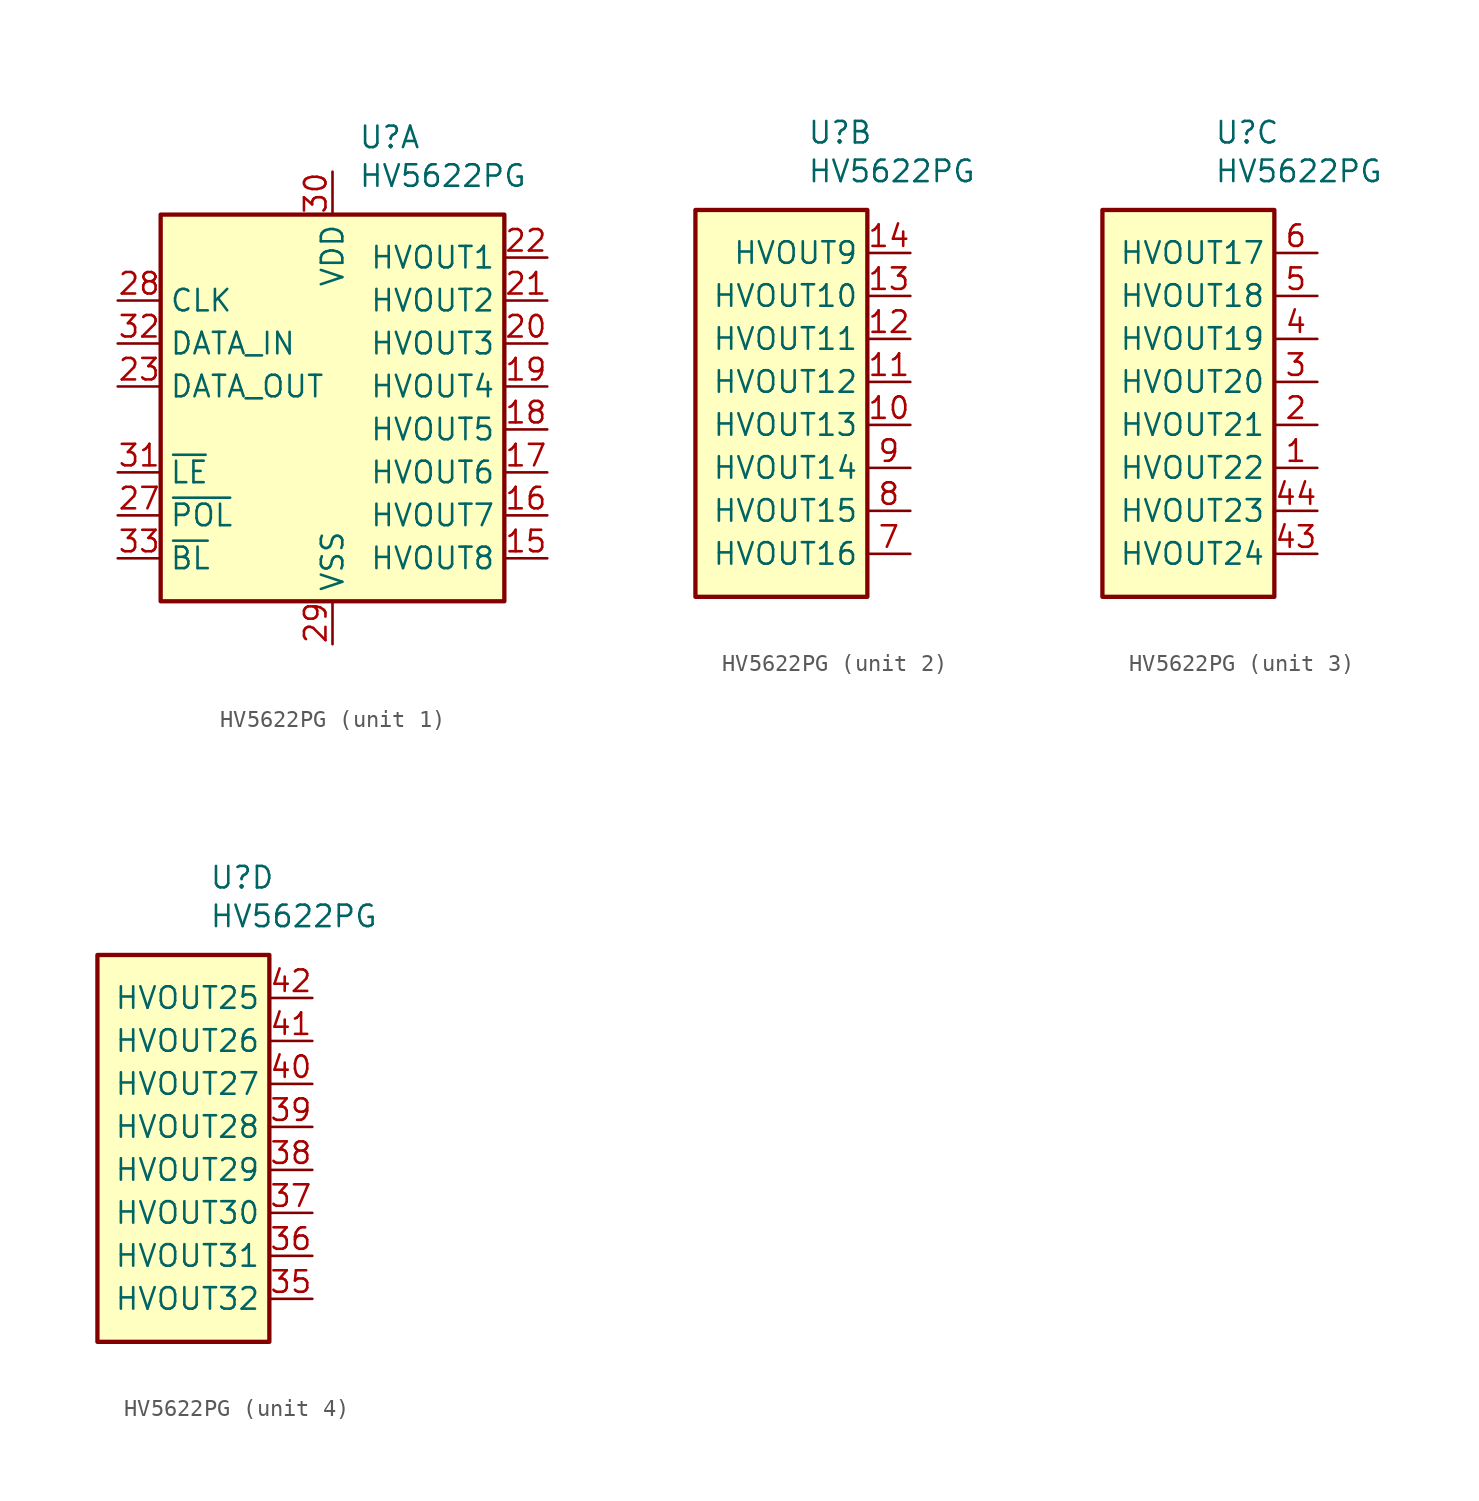
<source format=kicad_sym>
(kicad_symbol_lib
  (version 20241209)
  (generator "kicad_symbol_editor")
  (generator_version "9.0")
  (symbol "HV5622PG"
    (property "Reference" "U"
      (at 1.524 14.732 0)
      (effects (font (size 1.27 1.27)) (justify left)))
    (property "Value" "HV5622PG"
      (at 1.524 12.446 0)
      (effects (font (size 1.27 1.27)) (justify left)))
    (property "ki_locked" ""
      (at 0 0 0)
      (effects (font (size 1.27 1.27))))
    (symbol "HV5622PG_1_1"
      (rectangle (start -10.16 10.16) (end 10.16 -12.7) (stroke (width 0.254) (type solid)) (fill (type background)))
      (pin input line (at -12.7 5.08 0) (length 2.54) (name "CLK" (effects (font (size 1.27 1.27)))) (number "28" (effects (font (size 1.27 1.27)))))
      (pin input line (at -12.7 2.54 0) (length 2.54) (name "DATA_IN" (effects (font (size 1.27 1.27)))) (number "32" (effects (font (size 1.27 1.27)))))
      (pin output line (at -12.7 0 0) (length 2.54) (name "DATA_OUT" (effects (font (size 1.27 1.27)))) (number "23" (effects (font (size 1.27 1.27)))))
      (pin input line (at -12.7 -5.08 0) (length 2.54) (name "~{LE}" (effects (font (size 1.27 1.27)))) (number "31" (effects (font (size 1.27 1.27)))))
      (pin input line (at -12.7 -7.62 0) (length 2.54) (name "~{POL}" (effects (font (size 1.27 1.27)))) (number "27" (effects (font (size 1.27 1.27)))))
      (pin input line (at -12.7 -10.16 0) (length 2.54) (name "~{BL}" (effects (font (size 1.27 1.27)))) (number "33" (effects (font (size 1.27 1.27)))))
      (pin no_connect line (at -10.16 7.62 0) (length 2.54) (hide yes) (name "NC" (effects (font (size 1.27 1.27)))) (number "34" (effects (font (size 1.27 1.27)))))
      (pin no_connect line (at -10.16 -2.54 0) (length 2.54) (hide yes) (name "NC" (effects (font (size 1.27 1.27)))) (number "26" (effects (font (size 1.27 1.27)))))
      (pin no_connect line (at -5.08 -12.7 90) (length 2.54) (hide yes) (name "NC" (effects (font (size 1.27 1.27)))) (number "25" (effects (font (size 1.27 1.27)))))
      (pin no_connect line (at -2.54 -12.7 90) (length 2.54) (hide yes) (name "NC" (effects (font (size 1.27 1.27)))) (number "24" (effects (font (size 1.27 1.27)))))
      (pin power_in line (at 0 12.7 270) (length 2.54) (name "VDD" (effects (font (size 1.27 1.27)))) (number "30" (effects (font (size 1.27 1.27)))))
      (pin power_in line (at 0 -15.24 90) (length 2.54) (name "VSS" (effects (font (size 1.27 1.27)))) (number "29" (effects (font (size 1.27 1.27)))))
      (pin open_collector line (at 12.7 7.62 180) (length 2.54) (name "HVOUT1" (effects (font (size 1.27 1.27)))) (number "22" (effects (font (size 1.27 1.27)))))
      (pin open_collector line (at 12.7 5.08 180) (length 2.54) (name "HVOUT2" (effects (font (size 1.27 1.27)))) (number "21" (effects (font (size 1.27 1.27)))))
      (pin open_collector line (at 12.7 2.54 180) (length 2.54) (name "HVOUT3" (effects (font (size 1.27 1.27)))) (number "20" (effects (font (size 1.27 1.27)))))
      (pin open_collector line (at 12.7 0 180) (length 2.54) (name "HVOUT4" (effects (font (size 1.27 1.27)))) (number "19" (effects (font (size 1.27 1.27)))))
      (pin open_collector line (at 12.7 -2.54 180) (length 2.54) (name "HVOUT5" (effects (font (size 1.27 1.27)))) (number "18" (effects (font (size 1.27 1.27)))))
      (pin open_collector line (at 12.7 -5.08 180) (length 2.54) (name "HVOUT6" (effects (font (size 1.27 1.27)))) (number "17" (effects (font (size 1.27 1.27)))))
      (pin open_collector line (at 12.7 -7.62 180) (length 2.54) (name "HVOUT7" (effects (font (size 1.27 1.27)))) (number "16" (effects (font (size 1.27 1.27)))))
      (pin open_collector line (at 12.7 -10.16 180) (length 2.54) (name "HVOUT8" (effects (font (size 1.27 1.27)))) (number "15" (effects (font (size 1.27 1.27))))))
    (symbol "HV5622PG_2_1"
      (rectangle (start -5.08 10.16) (end 5.08 -12.7) (stroke (width 0.254) (type solid)) (fill (type background)))
      (pin open_collector line (at 7.62 7.62 180) (length 2.54) (name "HVOUT9" (effects (font (size 1.27 1.27)))) (number "14" (effects (font (size 1.27 1.27)))))
      (pin open_collector line (at 7.62 5.08 180) (length 2.54) (name "HVOUT10" (effects (font (size 1.27 1.27)))) (number "13" (effects (font (size 1.27 1.27)))))
      (pin open_collector line (at 7.62 2.54 180) (length 2.54) (name "HVOUT11" (effects (font (size 1.27 1.27)))) (number "12" (effects (font (size 1.27 1.27)))))
      (pin open_collector line (at 7.62 0 180) (length 2.54) (name "HVOUT12" (effects (font (size 1.27 1.27)))) (number "11" (effects (font (size 1.27 1.27)))))
      (pin open_collector line (at 7.62 -2.54 180) (length 2.54) (name "HVOUT13" (effects (font (size 1.27 1.27)))) (number "10" (effects (font (size 1.27 1.27)))))
      (pin open_collector line (at 7.62 -5.08 180) (length 2.54) (name "HVOUT14" (effects (font (size 1.27 1.27)))) (number "9" (effects (font (size 1.27 1.27)))))
      (pin open_collector line (at 7.62 -7.62 180) (length 2.54) (name "HVOUT15" (effects (font (size 1.27 1.27)))) (number "8" (effects (font (size 1.27 1.27)))))
      (pin open_collector line (at 7.62 -10.16 180) (length 2.54) (name "HVOUT16" (effects (font (size 1.27 1.27)))) (number "7" (effects (font (size 1.27 1.27))))))
    (symbol "HV5622PG_3_1"
      (rectangle (start -5.08 10.16) (end 5.08 -12.7) (stroke (width 0.254) (type solid)) (fill (type background)))
      (pin open_collector line (at 7.62 7.62 180) (length 2.54) (name "HVOUT17" (effects (font (size 1.27 1.27)))) (number "6" (effects (font (size 1.27 1.27)))))
      (pin open_collector line (at 7.62 5.08 180) (length 2.54) (name "HVOUT18" (effects (font (size 1.27 1.27)))) (number "5" (effects (font (size 1.27 1.27)))))
      (pin open_collector line (at 7.62 2.54 180) (length 2.54) (name "HVOUT19" (effects (font (size 1.27 1.27)))) (number "4" (effects (font (size 1.27 1.27)))))
      (pin open_collector line (at 7.62 0 180) (length 2.54) (name "HVOUT20" (effects (font (size 1.27 1.27)))) (number "3" (effects (font (size 1.27 1.27)))))
      (pin open_collector line (at 7.62 -2.54 180) (length 2.54) (name "HVOUT21" (effects (font (size 1.27 1.27)))) (number "2" (effects (font (size 1.27 1.27)))))
      (pin open_collector line (at 7.62 -5.08 180) (length 2.54) (name "HVOUT22" (effects (font (size 1.27 1.27)))) (number "1" (effects (font (size 1.27 1.27)))))
      (pin open_collector line (at 7.62 -7.62 180) (length 2.54) (name "HVOUT23" (effects (font (size 1.27 1.27)))) (number "44" (effects (font (size 1.27 1.27)))))
      (pin open_collector line (at 7.62 -10.16 180) (length 2.54) (name "HVOUT24" (effects (font (size 1.27 1.27)))) (number "43" (effects (font (size 1.27 1.27))))))
    (symbol "HV5622PG_4_1"
      (rectangle (start -5.08 10.16) (end 5.08 -12.7) (stroke (width 0.254) (type solid)) (fill (type background)))
      (pin open_collector line (at 7.62 7.62 180) (length 2.54) (name "HVOUT25" (effects (font (size 1.27 1.27)))) (number "42" (effects (font (size 1.27 1.27)))))
      (pin open_collector line (at 7.62 5.08 180) (length 2.54) (name "HVOUT26" (effects (font (size 1.27 1.27)))) (number "41" (effects (font (size 1.27 1.27)))))
      (pin open_collector line (at 7.62 2.54 180) (length 2.54) (name "HVOUT27" (effects (font (size 1.27 1.27)))) (number "40" (effects (font (size 1.27 1.27)))))
      (pin open_collector line (at 7.62 0 180) (length 2.54) (name "HVOUT28" (effects (font (size 1.27 1.27)))) (number "39" (effects (font (size 1.27 1.27)))))
      (pin open_collector line (at 7.62 -2.54 180) (length 2.54) (name "HVOUT29" (effects (font (size 1.27 1.27)))) (number "38" (effects (font (size 1.27 1.27)))))
      (pin open_collector line (at 7.62 -5.08 180) (length 2.54) (name "HVOUT30" (effects (font (size 1.27 1.27)))) (number "37" (effects (font (size 1.27 1.27)))))
      (pin open_collector line (at 7.62 -7.62 180) (length 2.54) (name "HVOUT31" (effects (font (size 1.27 1.27)))) (number "36" (effects (font (size 1.27 1.27)))))
      (pin open_collector line (at 7.62 -10.16 180) (length 2.54) (name "HVOUT32" (effects (font (size 1.27 1.27)))) (number "35" (effects (font (size 1.27 1.27))))))))
</source>
